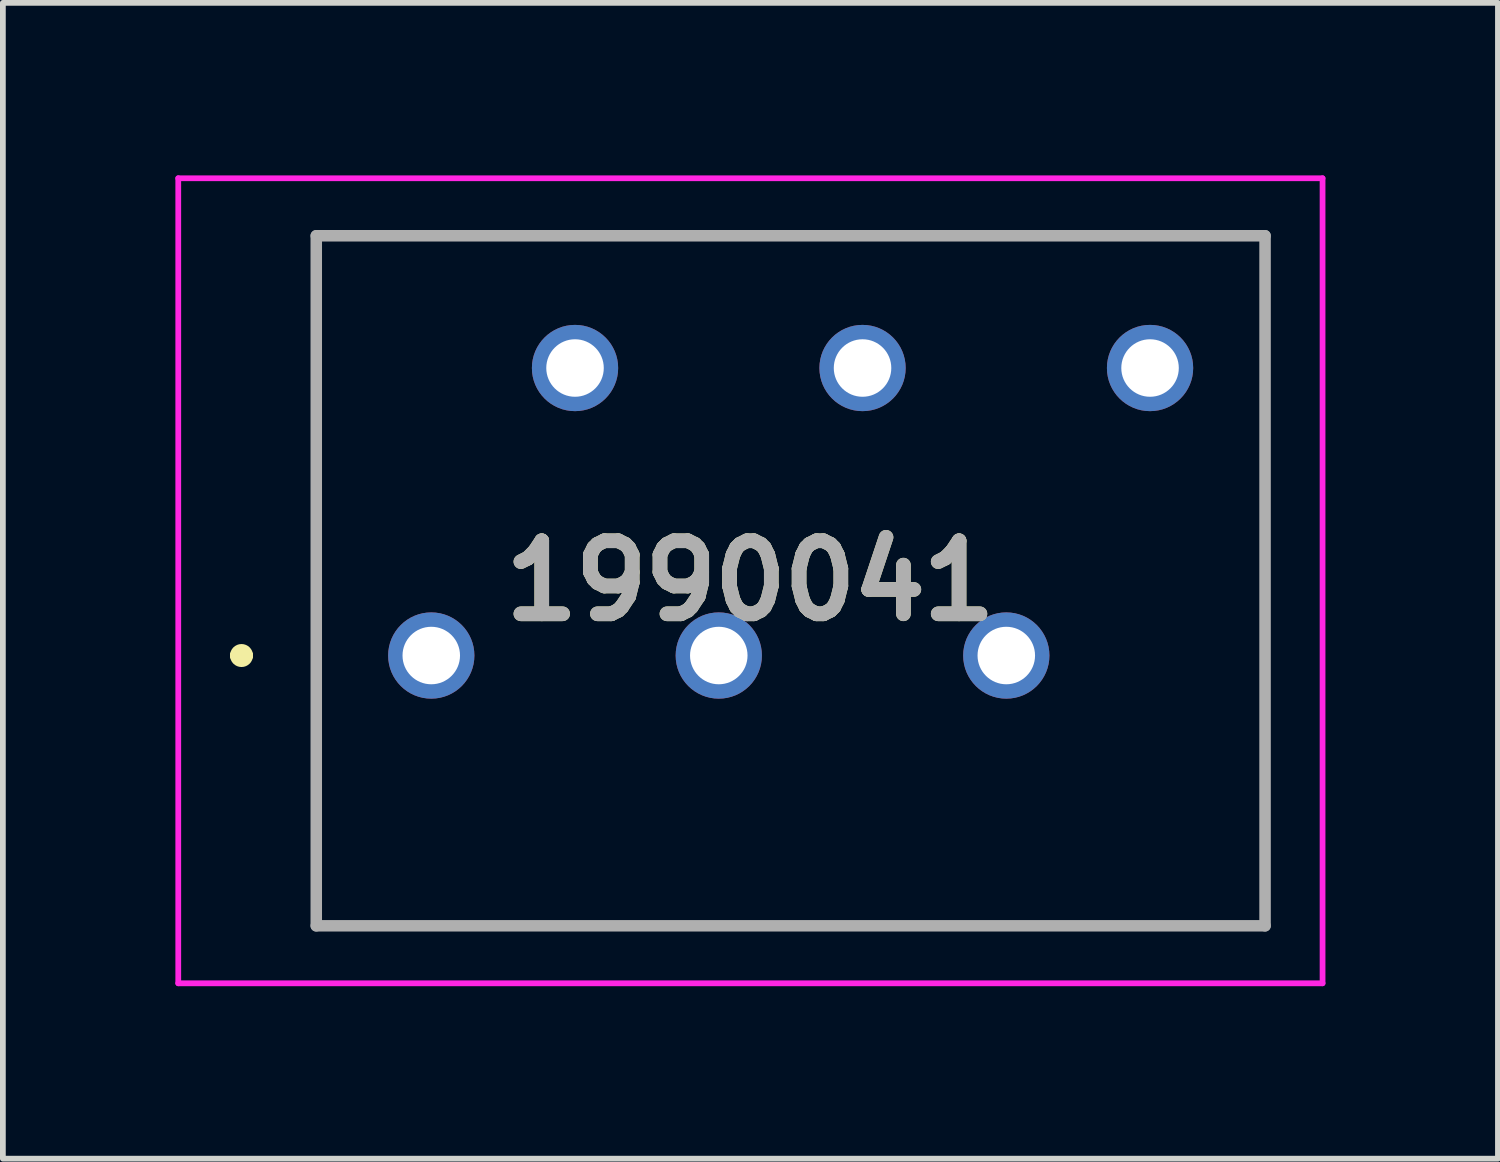
<source format=kicad_pcb>
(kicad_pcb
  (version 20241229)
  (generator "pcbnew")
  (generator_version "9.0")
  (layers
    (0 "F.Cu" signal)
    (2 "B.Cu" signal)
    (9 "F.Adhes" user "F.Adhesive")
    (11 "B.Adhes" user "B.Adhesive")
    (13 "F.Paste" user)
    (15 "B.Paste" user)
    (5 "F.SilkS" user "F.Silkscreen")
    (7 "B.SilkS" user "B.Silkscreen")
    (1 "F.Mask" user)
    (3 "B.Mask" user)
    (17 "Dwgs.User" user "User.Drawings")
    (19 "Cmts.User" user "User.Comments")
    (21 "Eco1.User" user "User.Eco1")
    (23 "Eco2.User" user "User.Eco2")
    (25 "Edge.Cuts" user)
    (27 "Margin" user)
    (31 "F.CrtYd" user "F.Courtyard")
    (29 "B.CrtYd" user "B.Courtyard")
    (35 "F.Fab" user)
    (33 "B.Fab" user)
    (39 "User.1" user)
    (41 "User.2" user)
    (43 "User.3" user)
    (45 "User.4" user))
  (footprint "1990041"
    (layer "F.Cu")
    (at 4.45 8.35)
    (property "Reference" "1990041" (at 5.55 -1.3 0) (layer "F.SilkS") (effects (font (size 1.27 1.27) (thickness 0.254))))
    (attr through_hole)
    (fp_line (start -3.4 0) (end -3.4 0) (stroke (width 0.2) (type solid)) (layer "F.SilkS"))
    (fp_line (start -3.2 0) (end -3.2 0) (stroke (width 0.2) (type solid)) (layer "F.SilkS"))
    (fp_line (start -2 -7.3) (end 14.5 -7.3) (stroke (width 0.1) (type solid)) (layer "F.SilkS"))
    (fp_line (start -2 4.7) (end -2 -7.3) (stroke (width 0.1) (type solid)) (layer "F.SilkS"))
    (fp_line (start 14.5 -7.3) (end 14.5 4.7) (stroke (width 0.1) (type solid)) (layer "F.SilkS"))
    (fp_line (start 14.5 4.7) (end -2 4.7) (stroke (width 0.1) (type solid)) (layer "F.SilkS"))
    (fp_arc (start -3.4 0) (mid -3.3 -0.1) (end -3.2 0) (stroke (width 0.2) (type solid)) (layer "F.SilkS"))
    (fp_arc (start -3.2 0) (mid -3.3 0.1) (end -3.4 0) (stroke (width 0.2) (type solid)) (layer "F.SilkS"))
    (fp_line (start -4.4 -8.3) (end 15.5 -8.3) (stroke (width 0.1) (type solid)) (layer "F.CrtYd"))
    (fp_line (start -4.4 5.7) (end -4.4 -8.3) (stroke (width 0.1) (type solid)) (layer "F.CrtYd"))
    (fp_line (start 15.5 -8.3) (end 15.5 5.7) (stroke (width 0.1) (type solid)) (layer "F.CrtYd"))
    (fp_line (start 15.5 5.7) (end -4.4 5.7) (stroke (width 0.1) (type solid)) (layer "F.CrtYd"))
    (fp_line (start -2 -7.3) (end 14.5 -7.3) (stroke (width 0.2) (type solid)) (layer "F.Fab"))
    (fp_line (start -2 4.7) (end -2 -7.3) (stroke (width 0.2) (type solid)) (layer "F.Fab"))
    (fp_line (start 14.5 -7.3) (end 14.5 4.7) (stroke (width 0.2) (type solid)) (layer "F.Fab"))
    (fp_line (start 14.5 4.7) (end -2 4.7) (stroke (width 0.2) (type solid)) (layer "F.Fab"))
    (fp_text user "${REFERENCE}" (at 5.55 -1.3 0) (layer "F.Fab") (effects (font (size 1.27 1.27) (thickness 0.254))))
    (pad "1" thru_hole circle (at 0 0) (size 1.5 1.5) (drill 1) (layers "*.Cu" "*.Mask"))
    (pad "2" thru_hole circle (at 2.5 -5) (size 1.5 1.5) (drill 1) (layers "*.Cu" "*.Mask"))
    (pad "3" thru_hole circle (at 5 0) (size 1.5 1.5) (drill 1) (layers "*.Cu" "*.Mask"))
    (pad "4" thru_hole circle (at 7.5 -5) (size 1.5 1.5) (drill 1) (layers "*.Cu" "*.Mask"))
    (pad "5" thru_hole circle (at 10 0) (size 1.5 1.5) (drill 1) (layers "*.Cu" "*.Mask"))
    (pad "6" thru_hole circle (at 12.5 -5) (size 1.5 1.5) (drill 1) (layers "*.Cu" "*.Mask")))
  (gr_rect
    (start -3 -3)
    (end 23 17.1)
    (stroke (width 0.1) (type default))
    (fill no)
    (layer "Edge.Cuts")))
</source>
